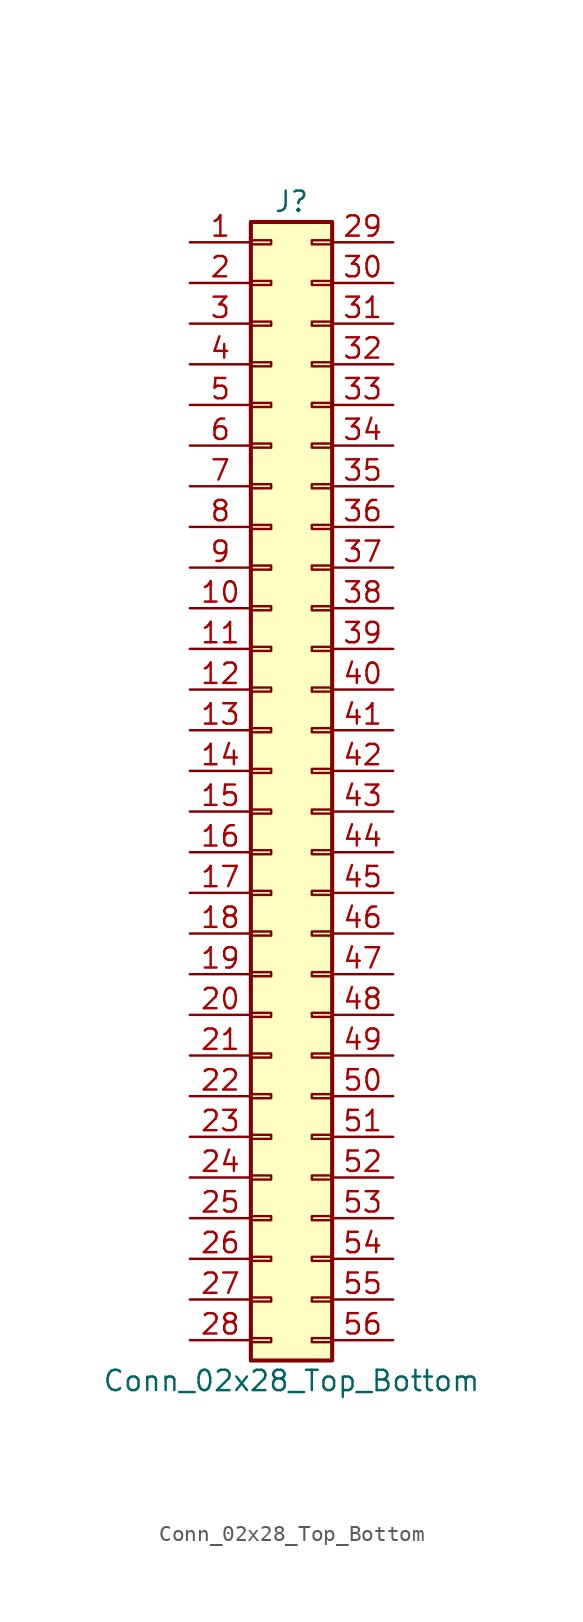
<source format=kicad_sym>
(kicad_symbol_lib
  (version 20201005)
  (generator kicad_symbol_editor)
  (symbol "Conn_02x28_Top_Bottom"
    (pin_names
      (offset 1.016) hide)
    (property "Reference" "J"
      (at 1.27 35.56 0)
      (effects (font (size 1.27 1.27))))
    (property "Value" "Conn_02x28_Top_Bottom"
      (at 1.27 -38.1 0)
      (effects (font (size 1.27 1.27))))
    (symbol "Conn_02x28_Top_Bottom_1_1"
      (rectangle (start -1.27 -35.433) (end 0 -35.687) (stroke (width 0.152)) (fill (type none)))
      (rectangle (start -1.27 -32.893) (end 0 -33.147) (stroke (width 0.152)) (fill (type none)))
      (rectangle (start -1.27 -30.353) (end 0 -30.607) (stroke (width 0.152)) (fill (type none)))
      (rectangle (start -1.27 -27.813) (end 0 -28.067) (stroke (width 0.152)) (fill (type none)))
      (rectangle (start -1.27 -25.273) (end 0 -25.527) (stroke (width 0.152)) (fill (type none)))
      (rectangle (start -1.27 -22.733) (end 0 -22.987) (stroke (width 0.152)) (fill (type none)))
      (rectangle (start -1.27 -20.193) (end 0 -20.447) (stroke (width 0.152)) (fill (type none)))
      (rectangle (start -1.27 -17.653) (end 0 -17.907) (stroke (width 0.152)) (fill (type none)))
      (rectangle (start -1.27 -15.113) (end 0 -15.367) (stroke (width 0.152)) (fill (type none)))
      (rectangle (start -1.27 -12.573) (end 0 -12.827) (stroke (width 0.152)) (fill (type none)))
      (rectangle (start -1.27 -10.033) (end 0 -10.287) (stroke (width 0.152)) (fill (type none)))
      (rectangle (start -1.27 -7.493) (end 0 -7.747) (stroke (width 0.152)) (fill (type none)))
      (rectangle (start -1.27 -4.953) (end 0 -5.207) (stroke (width 0.152)) (fill (type none)))
      (rectangle (start -1.27 -2.413) (end 0 -2.667) (stroke (width 0.152)) (fill (type none)))
      (rectangle (start -1.27 0.127) (end 0 -0.127) (stroke (width 0.152)) (fill (type none)))
      (rectangle (start -1.27 2.667) (end 0 2.413) (stroke (width 0.152)) (fill (type none)))
      (rectangle (start -1.27 5.207) (end 0 4.953) (stroke (width 0.152)) (fill (type none)))
      (rectangle (start -1.27 7.747) (end 0 7.493) (stroke (width 0.152)) (fill (type none)))
      (rectangle (start -1.27 10.287) (end 0 10.033) (stroke (width 0.152)) (fill (type none)))
      (rectangle (start -1.27 12.827) (end 0 12.573) (stroke (width 0.152)) (fill (type none)))
      (rectangle (start -1.27 15.367) (end 0 15.113) (stroke (width 0.152)) (fill (type none)))
      (rectangle (start -1.27 17.907) (end 0 17.653) (stroke (width 0.152)) (fill (type none)))
      (rectangle (start -1.27 20.447) (end 0 20.193) (stroke (width 0.152)) (fill (type none)))
      (rectangle (start -1.27 22.987) (end 0 22.733) (stroke (width 0.152)) (fill (type none)))
      (rectangle (start -1.27 25.527) (end 0 25.273) (stroke (width 0.152)) (fill (type none)))
      (rectangle (start -1.27 28.067) (end 0 27.813) (stroke (width 0.152)) (fill (type none)))
      (rectangle (start -1.27 30.607) (end 0 30.353) (stroke (width 0.152)) (fill (type none)))
      (rectangle (start -1.27 33.147) (end 0 32.893) (stroke (width 0.152)) (fill (type none)))
      (rectangle (start 3.81 -35.433) (end 2.54 -35.687) (stroke (width 0.152)) (fill (type none)))
      (rectangle (start 3.81 -32.893) (end 2.54 -33.147) (stroke (width 0.152)) (fill (type none)))
      (rectangle (start 3.81 -30.353) (end 2.54 -30.607) (stroke (width 0.152)) (fill (type none)))
      (rectangle (start 3.81 -27.813) (end 2.54 -28.067) (stroke (width 0.152)) (fill (type none)))
      (rectangle (start 3.81 -25.273) (end 2.54 -25.527) (stroke (width 0.152)) (fill (type none)))
      (rectangle (start 3.81 -22.733) (end 2.54 -22.987) (stroke (width 0.152)) (fill (type none)))
      (rectangle (start 3.81 -20.193) (end 2.54 -20.447) (stroke (width 0.152)) (fill (type none)))
      (rectangle (start 3.81 -17.653) (end 2.54 -17.907) (stroke (width 0.152)) (fill (type none)))
      (rectangle (start 3.81 -15.113) (end 2.54 -15.367) (stroke (width 0.152)) (fill (type none)))
      (rectangle (start 3.81 -12.573) (end 2.54 -12.827) (stroke (width 0.152)) (fill (type none)))
      (rectangle (start 3.81 -10.033) (end 2.54 -10.287) (stroke (width 0.152)) (fill (type none)))
      (rectangle (start 3.81 -7.493) (end 2.54 -7.747) (stroke (width 0.152)) (fill (type none)))
      (rectangle (start 3.81 -4.953) (end 2.54 -5.207) (stroke (width 0.152)) (fill (type none)))
      (rectangle (start 3.81 -2.413) (end 2.54 -2.667) (stroke (width 0.152)) (fill (type none)))
      (rectangle (start 3.81 0.127) (end 2.54 -0.127) (stroke (width 0.152)) (fill (type none)))
      (rectangle (start 3.81 2.667) (end 2.54 2.413) (stroke (width 0.152)) (fill (type none)))
      (rectangle (start 3.81 5.207) (end 2.54 4.953) (stroke (width 0.152)) (fill (type none)))
      (rectangle (start 3.81 7.747) (end 2.54 7.493) (stroke (width 0.152)) (fill (type none)))
      (rectangle (start 3.81 10.287) (end 2.54 10.033) (stroke (width 0.152)) (fill (type none)))
      (rectangle (start 3.81 12.827) (end 2.54 12.573) (stroke (width 0.152)) (fill (type none)))
      (rectangle (start 3.81 15.367) (end 2.54 15.113) (stroke (width 0.152)) (fill (type none)))
      (rectangle (start 3.81 17.907) (end 2.54 17.653) (stroke (width 0.152)) (fill (type none)))
      (rectangle (start 3.81 20.447) (end 2.54 20.193) (stroke (width 0.152)) (fill (type none)))
      (rectangle (start 3.81 22.987) (end 2.54 22.733) (stroke (width 0.152)) (fill (type none)))
      (rectangle (start 3.81 25.527) (end 2.54 25.273) (stroke (width 0.152)) (fill (type none)))
      (rectangle (start 3.81 28.067) (end 2.54 27.813) (stroke (width 0.152)) (fill (type none)))
      (rectangle (start 3.81 30.607) (end 2.54 30.353) (stroke (width 0.152)) (fill (type none)))
      (rectangle (start 3.81 33.147) (end 2.54 32.893) (stroke (width 0.152)) (fill (type none)))
      (rectangle (start -1.27 34.29) (end 3.81 -36.83) (stroke (width 0.254)) (fill (type background)))
      (pin passive line (at -5.08 33.02 0) (length 3.81) (name "Pin_1" (effects (font (size 1.27 1.27)))) (number "1" (effects (font (size 1.27 1.27)))))
      (pin passive line (at -5.08 10.16 0) (length 3.81) (name "Pin_10" (effects (font (size 1.27 1.27)))) (number "10" (effects (font (size 1.27 1.27)))))
      (pin passive line (at -5.08 7.62 0) (length 3.81) (name "Pin_11" (effects (font (size 1.27 1.27)))) (number "11" (effects (font (size 1.27 1.27)))))
      (pin passive line (at -5.08 5.08 0) (length 3.81) (name "Pin_12" (effects (font (size 1.27 1.27)))) (number "12" (effects (font (size 1.27 1.27)))))
      (pin passive line (at -5.08 2.54 0) (length 3.81) (name "Pin_13" (effects (font (size 1.27 1.27)))) (number "13" (effects (font (size 1.27 1.27)))))
      (pin passive line (at -5.08 0 0) (length 3.81) (name "Pin_14" (effects (font (size 1.27 1.27)))) (number "14" (effects (font (size 1.27 1.27)))))
      (pin passive line (at -5.08 -2.54 0) (length 3.81) (name "Pin_15" (effects (font (size 1.27 1.27)))) (number "15" (effects (font (size 1.27 1.27)))))
      (pin passive line (at -5.08 -5.08 0) (length 3.81) (name "Pin_16" (effects (font (size 1.27 1.27)))) (number "16" (effects (font (size 1.27 1.27)))))
      (pin passive line (at -5.08 -7.62 0) (length 3.81) (name "Pin_17" (effects (font (size 1.27 1.27)))) (number "17" (effects (font (size 1.27 1.27)))))
      (pin passive line (at -5.08 -10.16 0) (length 3.81) (name "Pin_18" (effects (font (size 1.27 1.27)))) (number "18" (effects (font (size 1.27 1.27)))))
      (pin passive line (at -5.08 -12.7 0) (length 3.81) (name "Pin_19" (effects (font (size 1.27 1.27)))) (number "19" (effects (font (size 1.27 1.27)))))
      (pin passive line (at -5.08 30.48 0) (length 3.81) (name "Pin_2" (effects (font (size 1.27 1.27)))) (number "2" (effects (font (size 1.27 1.27)))))
      (pin passive line (at -5.08 -15.24 0) (length 3.81) (name "Pin_20" (effects (font (size 1.27 1.27)))) (number "20" (effects (font (size 1.27 1.27)))))
      (pin passive line (at -5.08 -17.78 0) (length 3.81) (name "Pin_21" (effects (font (size 1.27 1.27)))) (number "21" (effects (font (size 1.27 1.27)))))
      (pin passive line (at -5.08 -20.32 0) (length 3.81) (name "Pin_22" (effects (font (size 1.27 1.27)))) (number "22" (effects (font (size 1.27 1.27)))))
      (pin passive line (at -5.08 -22.86 0) (length 3.81) (name "Pin_23" (effects (font (size 1.27 1.27)))) (number "23" (effects (font (size 1.27 1.27)))))
      (pin passive line (at -5.08 -25.4 0) (length 3.81) (name "Pin_24" (effects (font (size 1.27 1.27)))) (number "24" (effects (font (size 1.27 1.27)))))
      (pin passive line (at -5.08 -27.94 0) (length 3.81) (name "Pin_25" (effects (font (size 1.27 1.27)))) (number "25" (effects (font (size 1.27 1.27)))))
      (pin passive line (at -5.08 -30.48 0) (length 3.81) (name "Pin_26" (effects (font (size 1.27 1.27)))) (number "26" (effects (font (size 1.27 1.27)))))
      (pin passive line (at -5.08 -33.02 0) (length 3.81) (name "Pin_27" (effects (font (size 1.27 1.27)))) (number "27" (effects (font (size 1.27 1.27)))))
      (pin passive line (at -5.08 -35.56 0) (length 3.81) (name "Pin_28" (effects (font (size 1.27 1.27)))) (number "28" (effects (font (size 1.27 1.27)))))
      (pin passive line (at 7.62 33.02 180) (length 3.81) (name "Pin_29" (effects (font (size 1.27 1.27)))) (number "29" (effects (font (size 1.27 1.27)))))
      (pin passive line (at -5.08 27.94 0) (length 3.81) (name "Pin_3" (effects (font (size 1.27 1.27)))) (number "3" (effects (font (size 1.27 1.27)))))
      (pin passive line (at 7.62 30.48 180) (length 3.81) (name "Pin_30" (effects (font (size 1.27 1.27)))) (number "30" (effects (font (size 1.27 1.27)))))
      (pin passive line (at 7.62 27.94 180) (length 3.81) (name "Pin_31" (effects (font (size 1.27 1.27)))) (number "31" (effects (font (size 1.27 1.27)))))
      (pin passive line (at 7.62 25.4 180) (length 3.81) (name "Pin_32" (effects (font (size 1.27 1.27)))) (number "32" (effects (font (size 1.27 1.27)))))
      (pin passive line (at 7.62 22.86 180) (length 3.81) (name "Pin_33" (effects (font (size 1.27 1.27)))) (number "33" (effects (font (size 1.27 1.27)))))
      (pin passive line (at 7.62 20.32 180) (length 3.81) (name "Pin_34" (effects (font (size 1.27 1.27)))) (number "34" (effects (font (size 1.27 1.27)))))
      (pin passive line (at 7.62 17.78 180) (length 3.81) (name "Pin_35" (effects (font (size 1.27 1.27)))) (number "35" (effects (font (size 1.27 1.27)))))
      (pin passive line (at 7.62 15.24 180) (length 3.81) (name "Pin_36" (effects (font (size 1.27 1.27)))) (number "36" (effects (font (size 1.27 1.27)))))
      (pin passive line (at 7.62 12.7 180) (length 3.81) (name "Pin_37" (effects (font (size 1.27 1.27)))) (number "37" (effects (font (size 1.27 1.27)))))
      (pin passive line (at 7.62 10.16 180) (length 3.81) (name "Pin_38" (effects (font (size 1.27 1.27)))) (number "38" (effects (font (size 1.27 1.27)))))
      (pin passive line (at 7.62 7.62 180) (length 3.81) (name "Pin_39" (effects (font (size 1.27 1.27)))) (number "39" (effects (font (size 1.27 1.27)))))
      (pin passive line (at -5.08 25.4 0) (length 3.81) (name "Pin_4" (effects (font (size 1.27 1.27)))) (number "4" (effects (font (size 1.27 1.27)))))
      (pin passive line (at 7.62 5.08 180) (length 3.81) (name "Pin_40" (effects (font (size 1.27 1.27)))) (number "40" (effects (font (size 1.27 1.27)))))
      (pin passive line (at 7.62 2.54 180) (length 3.81) (name "Pin_41" (effects (font (size 1.27 1.27)))) (number "41" (effects (font (size 1.27 1.27)))))
      (pin passive line (at 7.62 0 180) (length 3.81) (name "Pin_42" (effects (font (size 1.27 1.27)))) (number "42" (effects (font (size 1.27 1.27)))))
      (pin passive line (at 7.62 -2.54 180) (length 3.81) (name "Pin_43" (effects (font (size 1.27 1.27)))) (number "43" (effects (font (size 1.27 1.27)))))
      (pin passive line (at 7.62 -5.08 180) (length 3.81) (name "Pin_44" (effects (font (size 1.27 1.27)))) (number "44" (effects (font (size 1.27 1.27)))))
      (pin passive line (at 7.62 -7.62 180) (length 3.81) (name "Pin_45" (effects (font (size 1.27 1.27)))) (number "45" (effects (font (size 1.27 1.27)))))
      (pin passive line (at 7.62 -10.16 180) (length 3.81) (name "Pin_46" (effects (font (size 1.27 1.27)))) (number "46" (effects (font (size 1.27 1.27)))))
      (pin passive line (at 7.62 -12.7 180) (length 3.81) (name "Pin_47" (effects (font (size 1.27 1.27)))) (number "47" (effects (font (size 1.27 1.27)))))
      (pin passive line (at 7.62 -15.24 180) (length 3.81) (name "Pin_48" (effects (font (size 1.27 1.27)))) (number "48" (effects (font (size 1.27 1.27)))))
      (pin passive line (at 7.62 -17.78 180) (length 3.81) (name "Pin_49" (effects (font (size 1.27 1.27)))) (number "49" (effects (font (size 1.27 1.27)))))
      (pin passive line (at -5.08 22.86 0) (length 3.81) (name "Pin_5" (effects (font (size 1.27 1.27)))) (number "5" (effects (font (size 1.27 1.27)))))
      (pin passive line (at 7.62 -20.32 180) (length 3.81) (name "Pin_50" (effects (font (size 1.27 1.27)))) (number "50" (effects (font (size 1.27 1.27)))))
      (pin passive line (at 7.62 -22.86 180) (length 3.81) (name "Pin_51" (effects (font (size 1.27 1.27)))) (number "51" (effects (font (size 1.27 1.27)))))
      (pin passive line (at 7.62 -25.4 180) (length 3.81) (name "Pin_52" (effects (font (size 1.27 1.27)))) (number "52" (effects (font (size 1.27 1.27)))))
      (pin passive line (at 7.62 -27.94 180) (length 3.81) (name "Pin_53" (effects (font (size 1.27 1.27)))) (number "53" (effects (font (size 1.27 1.27)))))
      (pin passive line (at 7.62 -30.48 180) (length 3.81) (name "Pin_54" (effects (font (size 1.27 1.27)))) (number "54" (effects (font (size 1.27 1.27)))))
      (pin passive line (at 7.62 -33.02 180) (length 3.81) (name "Pin_55" (effects (font (size 1.27 1.27)))) (number "55" (effects (font (size 1.27 1.27)))))
      (pin passive line (at 7.62 -35.56 180) (length 3.81) (name "Pin_56" (effects (font (size 1.27 1.27)))) (number "56" (effects (font (size 1.27 1.27)))))
      (pin passive line (at -5.08 20.32 0) (length 3.81) (name "Pin_6" (effects (font (size 1.27 1.27)))) (number "6" (effects (font (size 1.27 1.27)))))
      (pin passive line (at -5.08 17.78 0) (length 3.81) (name "Pin_7" (effects (font (size 1.27 1.27)))) (number "7" (effects (font (size 1.27 1.27)))))
      (pin passive line (at -5.08 15.24 0) (length 3.81) (name "Pin_8" (effects (font (size 1.27 1.27)))) (number "8" (effects (font (size 1.27 1.27)))))
      (pin passive line (at -5.08 12.7 0) (length 3.81) (name "Pin_9" (effects (font (size 1.27 1.27)))) (number "9" (effects (font (size 1.27 1.27))))))))
</source>
